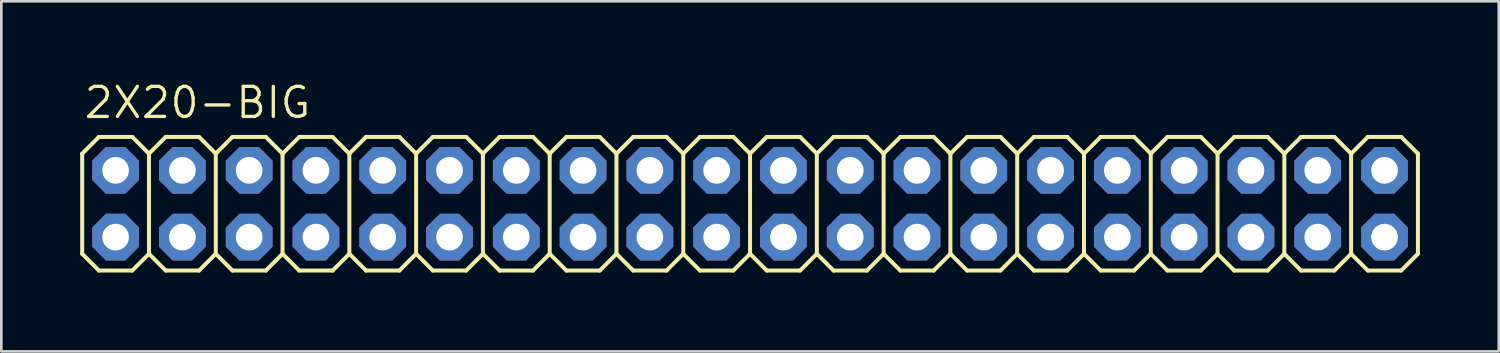
<source format=kicad_pcb>
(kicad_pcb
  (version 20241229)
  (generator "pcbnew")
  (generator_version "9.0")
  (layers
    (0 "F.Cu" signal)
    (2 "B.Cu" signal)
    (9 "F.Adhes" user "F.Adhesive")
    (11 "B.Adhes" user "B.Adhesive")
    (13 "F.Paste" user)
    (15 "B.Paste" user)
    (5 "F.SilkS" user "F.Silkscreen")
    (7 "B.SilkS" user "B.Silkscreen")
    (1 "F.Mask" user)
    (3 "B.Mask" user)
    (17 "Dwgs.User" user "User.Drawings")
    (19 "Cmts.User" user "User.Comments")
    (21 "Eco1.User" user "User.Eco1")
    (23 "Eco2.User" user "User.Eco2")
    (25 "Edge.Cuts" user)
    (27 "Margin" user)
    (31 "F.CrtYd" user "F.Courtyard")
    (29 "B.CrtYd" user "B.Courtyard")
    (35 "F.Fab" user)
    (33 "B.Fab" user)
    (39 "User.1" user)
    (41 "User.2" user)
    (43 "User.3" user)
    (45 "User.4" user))
  (footprint "2X20-BIG"
    (layer "F.Cu")
    (at 25.476 4.699)
    (property "Reference" "2X20-BIG" (at -25.4 -3.175 0) (unlocked yes) (layer "F.SilkS") (effects (font (size 1.143 1.143) (thickness 0.127)) (justify left bottom)))
    (fp_line (start -25.4 -1.905) (end -24.765 -2.54) (stroke (width 0.152) (type solid)) (layer "F.SilkS"))
    (fp_line (start -25.4 1.905) (end -25.4 -1.905) (stroke (width 0.152) (type solid)) (layer "F.SilkS"))
    (fp_line (start -25.4 1.905) (end -24.765 2.54) (stroke (width 0.152) (type solid)) (layer "F.SilkS"))
    (fp_line (start -24.765 -2.54) (end -23.495 -2.54) (stroke (width 0.152) (type solid)) (layer "F.SilkS"))
    (fp_line (start -24.765 2.54) (end -23.495 2.54) (stroke (width 0.152) (type solid)) (layer "F.SilkS"))
    (fp_line (start -23.495 -2.54) (end -22.86 -1.905) (stroke (width 0.152) (type solid)) (layer "F.SilkS"))
    (fp_line (start -23.495 2.54) (end -22.86 1.905) (stroke (width 0.152) (type solid)) (layer "F.SilkS"))
    (fp_line (start -22.86 -1.905) (end -22.86 1.905) (stroke (width 0.152) (type solid)) (layer "F.SilkS"))
    (fp_line (start -22.86 -1.905) (end -22.225 -2.54) (stroke (width 0.152) (type solid)) (layer "F.SilkS"))
    (fp_line (start -22.86 1.905) (end -22.225 2.54) (stroke (width 0.152) (type solid)) (layer "F.SilkS"))
    (fp_line (start -22.225 -2.54) (end -20.955 -2.54) (stroke (width 0.152) (type solid)) (layer "F.SilkS"))
    (fp_line (start -22.225 2.54) (end -20.955 2.54) (stroke (width 0.152) (type solid)) (layer "F.SilkS"))
    (fp_line (start -20.955 -2.54) (end -20.32 -1.905) (stroke (width 0.152) (type solid)) (layer "F.SilkS"))
    (fp_line (start -20.955 2.54) (end -20.32 1.905) (stroke (width 0.152) (type solid)) (layer "F.SilkS"))
    (fp_line (start -20.32 -1.905) (end -20.32 1.905) (stroke (width 0.152) (type solid)) (layer "F.SilkS"))
    (fp_line (start -20.32 -1.905) (end -19.685 -2.54) (stroke (width 0.152) (type solid)) (layer "F.SilkS"))
    (fp_line (start -20.32 1.905) (end -19.685 2.54) (stroke (width 0.152) (type solid)) (layer "F.SilkS"))
    (fp_line (start -19.685 -2.54) (end -18.415 -2.54) (stroke (width 0.152) (type solid)) (layer "F.SilkS"))
    (fp_line (start -19.685 2.54) (end -18.415 2.54) (stroke (width 0.152) (type solid)) (layer "F.SilkS"))
    (fp_line (start -18.415 -2.54) (end -17.78 -1.905) (stroke (width 0.152) (type solid)) (layer "F.SilkS"))
    (fp_line (start -18.415 2.54) (end -17.78 1.905) (stroke (width 0.152) (type solid)) (layer "F.SilkS"))
    (fp_line (start -17.78 -1.905) (end -17.78 1.905) (stroke (width 0.152) (type solid)) (layer "F.SilkS"))
    (fp_line (start -17.78 -1.905) (end -17.145 -2.54) (stroke (width 0.152) (type solid)) (layer "F.SilkS"))
    (fp_line (start -17.78 1.905) (end -17.145 2.54) (stroke (width 0.152) (type solid)) (layer "F.SilkS"))
    (fp_line (start -17.145 -2.54) (end -15.875 -2.54) (stroke (width 0.152) (type solid)) (layer "F.SilkS"))
    (fp_line (start -17.145 2.54) (end -15.875 2.54) (stroke (width 0.152) (type solid)) (layer "F.SilkS"))
    (fp_line (start -15.875 -2.54) (end -15.24 -1.905) (stroke (width 0.152) (type solid)) (layer "F.SilkS"))
    (fp_line (start -15.875 2.54) (end -15.24 1.905) (stroke (width 0.152) (type solid)) (layer "F.SilkS"))
    (fp_line (start -15.24 -1.905) (end -15.24 1.905) (stroke (width 0.152) (type solid)) (layer "F.SilkS"))
    (fp_line (start -15.24 -1.905) (end -14.605 -2.54) (stroke (width 0.152) (type solid)) (layer "F.SilkS"))
    (fp_line (start -15.24 1.905) (end -14.605 2.54) (stroke (width 0.152) (type solid)) (layer "F.SilkS"))
    (fp_line (start -14.605 -2.54) (end -13.335 -2.54) (stroke (width 0.152) (type solid)) (layer "F.SilkS"))
    (fp_line (start -14.605 2.54) (end -13.335 2.54) (stroke (width 0.152) (type solid)) (layer "F.SilkS"))
    (fp_line (start -13.335 -2.54) (end -12.7 -1.905) (stroke (width 0.152) (type solid)) (layer "F.SilkS"))
    (fp_line (start -13.335 2.54) (end -12.7 1.905) (stroke (width 0.152) (type solid)) (layer "F.SilkS"))
    (fp_line (start -12.7 -1.905) (end -12.7 1.905) (stroke (width 0.152) (type solid)) (layer "F.SilkS"))
    (fp_line (start -12.7 -1.905) (end -12.065 -2.54) (stroke (width 0.152) (type solid)) (layer "F.SilkS"))
    (fp_line (start -12.7 1.905) (end -12.065 2.54) (stroke (width 0.152) (type solid)) (layer "F.SilkS"))
    (fp_line (start -12.065 -2.54) (end -10.795 -2.54) (stroke (width 0.152) (type solid)) (layer "F.SilkS"))
    (fp_line (start -12.065 2.54) (end -10.795 2.54) (stroke (width 0.152) (type solid)) (layer "F.SilkS"))
    (fp_line (start -10.795 -2.54) (end -10.16 -1.905) (stroke (width 0.152) (type solid)) (layer "F.SilkS"))
    (fp_line (start -10.795 2.54) (end -10.16 1.905) (stroke (width 0.152) (type solid)) (layer "F.SilkS"))
    (fp_line (start -10.16 -1.905) (end -10.16 1.905) (stroke (width 0.152) (type solid)) (layer "F.SilkS"))
    (fp_line (start -10.16 -1.905) (end -9.525 -2.54) (stroke (width 0.152) (type solid)) (layer "F.SilkS"))
    (fp_line (start -10.16 1.905) (end -9.525 2.54) (stroke (width 0.152) (type solid)) (layer "F.SilkS"))
    (fp_line (start -9.525 -2.54) (end -8.255 -2.54) (stroke (width 0.152) (type solid)) (layer "F.SilkS"))
    (fp_line (start -8.255 -2.54) (end -7.62 -1.905) (stroke (width 0.152) (type solid)) (layer "F.SilkS"))
    (fp_line (start -8.255 2.54) (end -9.525 2.54) (stroke (width 0.152) (type solid)) (layer "F.SilkS"))
    (fp_line (start -7.62 -1.905) (end -7.62 1.905) (stroke (width 0.152) (type solid)) (layer "F.SilkS"))
    (fp_line (start -7.62 -1.905) (end -6.985 -2.54) (stroke (width 0.152) (type solid)) (layer "F.SilkS"))
    (fp_line (start -7.62 1.905) (end -8.255 2.54) (stroke (width 0.152) (type solid)) (layer "F.SilkS"))
    (fp_line (start -7.62 1.905) (end -6.985 2.54) (stroke (width 0.152) (type solid)) (layer "F.SilkS"))
    (fp_line (start -6.985 -2.54) (end -5.715 -2.54) (stroke (width 0.152) (type solid)) (layer "F.SilkS"))
    (fp_line (start -5.715 -2.54) (end -5.08 -1.905) (stroke (width 0.152) (type solid)) (layer "F.SilkS"))
    (fp_line (start -5.715 2.54) (end -6.985 2.54) (stroke (width 0.152) (type solid)) (layer "F.SilkS"))
    (fp_line (start -5.08 -1.905) (end -5.08 1.905) (stroke (width 0.152) (type solid)) (layer "F.SilkS"))
    (fp_line (start -5.08 -1.905) (end -4.445 -2.54) (stroke (width 0.152) (type solid)) (layer "F.SilkS"))
    (fp_line (start -5.08 1.905) (end -5.715 2.54) (stroke (width 0.152) (type solid)) (layer "F.SilkS"))
    (fp_line (start -5.08 1.905) (end -4.445 2.54) (stroke (width 0.152) (type solid)) (layer "F.SilkS"))
    (fp_line (start -4.445 -2.54) (end -3.175 -2.54) (stroke (width 0.152) (type solid)) (layer "F.SilkS"))
    (fp_line (start -3.175 -2.54) (end -2.54 -1.905) (stroke (width 0.152) (type solid)) (layer "F.SilkS"))
    (fp_line (start -3.175 2.54) (end -4.445 2.54) (stroke (width 0.152) (type solid)) (layer "F.SilkS"))
    (fp_line (start -2.54 -1.905) (end -2.54 1.905) (stroke (width 0.152) (type solid)) (layer "F.SilkS"))
    (fp_line (start -2.54 -1.905) (end -1.905 -2.54) (stroke (width 0.152) (type solid)) (layer "F.SilkS"))
    (fp_line (start -2.54 1.905) (end -3.175 2.54) (stroke (width 0.152) (type solid)) (layer "F.SilkS"))
    (fp_line (start -2.54 1.905) (end -1.905 2.54) (stroke (width 0.152) (type solid)) (layer "F.SilkS"))
    (fp_line (start -1.905 -2.54) (end -0.635 -2.54) (stroke (width 0.152) (type solid)) (layer "F.SilkS"))
    (fp_line (start -0.635 -2.54) (end 0 -1.905) (stroke (width 0.152) (type solid)) (layer "F.SilkS"))
    (fp_line (start -0.635 2.54) (end -1.905 2.54) (stroke (width 0.152) (type solid)) (layer "F.SilkS"))
    (fp_line (start 0 -1.905) (end 0 1.905) (stroke (width 0.152) (type solid)) (layer "F.SilkS"))
    (fp_line (start 0 -1.905) (end 0.635 -2.54) (stroke (width 0.152) (type solid)) (layer "F.SilkS"))
    (fp_line (start 0 1.905) (end -0.635 2.54) (stroke (width 0.152) (type solid)) (layer "F.SilkS"))
    (fp_line (start 0 1.905) (end 0.635 2.54) (stroke (width 0.152) (type solid)) (layer "F.SilkS"))
    (fp_line (start 0.635 -2.54) (end 1.905 -2.54) (stroke (width 0.152) (type solid)) (layer "F.SilkS"))
    (fp_line (start 1.905 -2.54) (end 2.54 -1.905) (stroke (width 0.152) (type solid)) (layer "F.SilkS"))
    (fp_line (start 1.905 2.54) (end 0.635 2.54) (stroke (width 0.152) (type solid)) (layer "F.SilkS"))
    (fp_line (start 2.54 -1.905) (end 2.54 1.905) (stroke (width 0.152) (type solid)) (layer "F.SilkS"))
    (fp_line (start 2.54 -1.905) (end 3.175 -2.54) (stroke (width 0.152) (type solid)) (layer "F.SilkS"))
    (fp_line (start 2.54 1.905) (end 1.905 2.54) (stroke (width 0.152) (type solid)) (layer "F.SilkS"))
    (fp_line (start 2.54 1.905) (end 3.175 2.54) (stroke (width 0.152) (type solid)) (layer "F.SilkS"))
    (fp_line (start 3.175 -2.54) (end 4.445 -2.54) (stroke (width 0.152) (type solid)) (layer "F.SilkS"))
    (fp_line (start 4.445 2.54) (end 3.175 2.54) (stroke (width 0.152) (type solid)) (layer "F.SilkS"))
    (fp_line (start 5.08 -1.905) (end 4.445 -2.54) (stroke (width 0.152) (type solid)) (layer "F.SilkS"))
    (fp_line (start 5.08 -1.905) (end 5.08 1.905) (stroke (width 0.152) (type solid)) (layer "F.SilkS"))
    (fp_line (start 5.08 -1.905) (end 5.715 -2.54) (stroke (width 0.152) (type solid)) (layer "F.SilkS"))
    (fp_line (start 5.08 1.905) (end 4.445 2.54) (stroke (width 0.152) (type solid)) (layer "F.SilkS"))
    (fp_line (start 5.08 1.905) (end 5.715 2.54) (stroke (width 0.152) (type solid)) (layer "F.SilkS"))
    (fp_line (start 6.985 -2.54) (end 5.715 -2.54) (stroke (width 0.152) (type solid)) (layer "F.SilkS"))
    (fp_line (start 6.985 -2.54) (end 7.62 -1.905) (stroke (width 0.152) (type solid)) (layer "F.SilkS"))
    (fp_line (start 6.985 2.54) (end 5.715 2.54) (stroke (width 0.152) (type solid)) (layer "F.SilkS"))
    (fp_line (start 7.62 -1.905) (end 7.62 1.905) (stroke (width 0.152) (type solid)) (layer "F.SilkS"))
    (fp_line (start 7.62 -1.905) (end 8.255 -2.54) (stroke (width 0.152) (type solid)) (layer "F.SilkS"))
    (fp_line (start 7.62 1.905) (end 6.985 2.54) (stroke (width 0.152) (type solid)) (layer "F.SilkS"))
    (fp_line (start 7.62 1.905) (end 8.255 2.54) (stroke (width 0.152) (type solid)) (layer "F.SilkS"))
    (fp_line (start 9.525 -2.54) (end 8.255 -2.54) (stroke (width 0.152) (type solid)) (layer "F.SilkS"))
    (fp_line (start 9.525 -2.54) (end 10.16 -1.905) (stroke (width 0.152) (type solid)) (layer "F.SilkS"))
    (fp_line (start 9.525 2.54) (end 8.255 2.54) (stroke (width 0.152) (type solid)) (layer "F.SilkS"))
    (fp_line (start 10.16 -1.905) (end 10.16 1.905) (stroke (width 0.152) (type solid)) (layer "F.SilkS"))
    (fp_line (start 10.16 -1.905) (end 10.795 -2.54) (stroke (width 0.152) (type solid)) (layer "F.SilkS"))
    (fp_line (start 10.16 1.905) (end 9.525 2.54) (stroke (width 0.152) (type solid)) (layer "F.SilkS"))
    (fp_line (start 10.795 2.54) (end 10.16 1.905) (stroke (width 0.152) (type solid)) (layer "F.SilkS"))
    (fp_line (start 10.795 2.54) (end 12.065 2.54) (stroke (width 0.152) (type solid)) (layer "F.SilkS"))
    (fp_line (start 12.065 -2.54) (end 10.795 -2.54) (stroke (width 0.152) (type solid)) (layer "F.SilkS"))
    (fp_line (start 12.065 -2.54) (end 12.7 -1.905) (stroke (width 0.152) (type solid)) (layer "F.SilkS"))
    (fp_line (start 12.7 -1.905) (end 12.7 1.905) (stroke (width 0.152) (type solid)) (layer "F.SilkS"))
    (fp_line (start 12.7 -1.905) (end 13.335 -2.54) (stroke (width 0.152) (type solid)) (layer "F.SilkS"))
    (fp_line (start 12.7 1.905) (end 12.065 2.54) (stroke (width 0.152) (type solid)) (layer "F.SilkS"))
    (fp_line (start 13.335 2.54) (end 12.7 1.905) (stroke (width 0.152) (type solid)) (layer "F.SilkS"))
    (fp_line (start 13.335 2.54) (end 14.605 2.54) (stroke (width 0.152) (type solid)) (layer "F.SilkS"))
    (fp_line (start 14.605 -2.54) (end 13.335 -2.54) (stroke (width 0.152) (type solid)) (layer "F.SilkS"))
    (fp_line (start 14.605 -2.54) (end 15.24 -1.905) (stroke (width 0.152) (type solid)) (layer "F.SilkS"))
    (fp_line (start 15.24 -1.905) (end 15.24 1.905) (stroke (width 0.152) (type solid)) (layer "F.SilkS"))
    (fp_line (start 15.24 -1.905) (end 15.875 -2.54) (stroke (width 0.152) (type solid)) (layer "F.SilkS"))
    (fp_line (start 15.24 1.905) (end 14.605 2.54) (stroke (width 0.152) (type solid)) (layer "F.SilkS"))
    (fp_line (start 15.24 1.905) (end 15.875 2.54) (stroke (width 0.152) (type solid)) (layer "F.SilkS"))
    (fp_line (start 17.145 -2.54) (end 15.875 -2.54) (stroke (width 0.152) (type solid)) (layer "F.SilkS"))
    (fp_line (start 17.145 -2.54) (end 17.78 -1.905) (stroke (width 0.152) (type solid)) (layer "F.SilkS"))
    (fp_line (start 17.145 2.54) (end 15.875 2.54) (stroke (width 0.152) (type solid)) (layer "F.SilkS"))
    (fp_line (start 17.78 -1.905) (end 17.78 1.905) (stroke (width 0.152) (type solid)) (layer "F.SilkS"))
    (fp_line (start 17.78 -1.905) (end 18.415 -2.54) (stroke (width 0.152) (type solid)) (layer "F.SilkS"))
    (fp_line (start 17.78 1.905) (end 17.145 2.54) (stroke (width 0.152) (type solid)) (layer "F.SilkS"))
    (fp_line (start 17.78 1.905) (end 18.415 2.54) (stroke (width 0.152) (type solid)) (layer "F.SilkS"))
    (fp_line (start 19.685 -2.54) (end 18.415 -2.54) (stroke (width 0.152) (type solid)) (layer "F.SilkS"))
    (fp_line (start 19.685 -2.54) (end 20.32 -1.905) (stroke (width 0.152) (type solid)) (layer "F.SilkS"))
    (fp_line (start 19.685 2.54) (end 18.415 2.54) (stroke (width 0.152) (type solid)) (layer "F.SilkS"))
    (fp_line (start 20.32 -1.905) (end 20.32 1.905) (stroke (width 0.152) (type solid)) (layer "F.SilkS"))
    (fp_line (start 20.32 -1.905) (end 20.955 -2.54) (stroke (width 0.152) (type solid)) (layer "F.SilkS"))
    (fp_line (start 20.32 1.905) (end 19.685 2.54) (stroke (width 0.152) (type solid)) (layer "F.SilkS"))
    (fp_line (start 20.32 1.905) (end 20.955 2.54) (stroke (width 0.152) (type solid)) (layer "F.SilkS"))
    (fp_line (start 22.225 -2.54) (end 20.955 -2.54) (stroke (width 0.152) (type solid)) (layer "F.SilkS"))
    (fp_line (start 22.225 -2.54) (end 22.86 -1.905) (stroke (width 0.152) (type solid)) (layer "F.SilkS"))
    (fp_line (start 22.225 2.54) (end 20.955 2.54) (stroke (width 0.152) (type solid)) (layer "F.SilkS"))
    (fp_line (start 22.86 -1.905) (end 22.86 1.905) (stroke (width 0.152) (type solid)) (layer "F.SilkS"))
    (fp_line (start 22.86 -1.905) (end 23.495 -2.54) (stroke (width 0.152) (type solid)) (layer "F.SilkS"))
    (fp_line (start 22.86 1.905) (end 22.225 2.54) (stroke (width 0.152) (type solid)) (layer "F.SilkS"))
    (fp_line (start 22.86 1.905) (end 23.495 2.54) (stroke (width 0.152) (type solid)) (layer "F.SilkS"))
    (fp_line (start 24.765 -2.54) (end 23.495 -2.54) (stroke (width 0.152) (type solid)) (layer "F.SilkS"))
    (fp_line (start 24.765 -2.54) (end 25.4 -1.905) (stroke (width 0.152) (type solid)) (layer "F.SilkS"))
    (fp_line (start 24.765 2.54) (end 23.495 2.54) (stroke (width 0.152) (type solid)) (layer "F.SilkS"))
    (fp_line (start 25.4 -1.905) (end 25.4 1.905) (stroke (width 0.152) (type solid)) (layer "F.SilkS"))
    (fp_line (start 25.4 1.905) (end 24.765 2.54) (stroke (width 0.152) (type solid)) (layer "F.SilkS"))
    (fp_poly (pts (xy -24.384 -1.016) (xy -23.876 -1.016) (xy -23.876 -1.524) (xy -24.384 -1.524)) (stroke (width 0.1) (type default)) (fill no) (layer "F.Fab"))
    (fp_poly (pts (xy -24.384 1.524) (xy -23.876 1.524) (xy -23.876 1.016) (xy -24.384 1.016)) (stroke (width 0.1) (type default)) (fill no) (layer "F.Fab"))
    (fp_poly (pts (xy -21.844 -1.016) (xy -21.336 -1.016) (xy -21.336 -1.524) (xy -21.844 -1.524)) (stroke (width 0.1) (type default)) (fill no) (layer "F.Fab"))
    (fp_poly (pts (xy -21.844 1.524) (xy -21.336 1.524) (xy -21.336 1.016) (xy -21.844 1.016)) (stroke (width 0.1) (type default)) (fill no) (layer "F.Fab"))
    (fp_poly (pts (xy -19.304 -1.016) (xy -18.796 -1.016) (xy -18.796 -1.524) (xy -19.304 -1.524)) (stroke (width 0.1) (type default)) (fill no) (layer "F.Fab"))
    (fp_poly (pts (xy -19.304 1.524) (xy -18.796 1.524) (xy -18.796 1.016) (xy -19.304 1.016)) (stroke (width 0.1) (type default)) (fill no) (layer "F.Fab"))
    (fp_poly (pts (xy -16.764 -1.016) (xy -16.256 -1.016) (xy -16.256 -1.524) (xy -16.764 -1.524)) (stroke (width 0.1) (type default)) (fill no) (layer "F.Fab"))
    (fp_poly (pts (xy -16.764 1.524) (xy -16.256 1.524) (xy -16.256 1.016) (xy -16.764 1.016)) (stroke (width 0.1) (type default)) (fill no) (layer "F.Fab"))
    (fp_poly (pts (xy -14.224 -1.016) (xy -13.716 -1.016) (xy -13.716 -1.524) (xy -14.224 -1.524)) (stroke (width 0.1) (type default)) (fill no) (layer "F.Fab"))
    (fp_poly (pts (xy -14.224 1.524) (xy -13.716 1.524) (xy -13.716 1.016) (xy -14.224 1.016)) (stroke (width 0.1) (type default)) (fill no) (layer "F.Fab"))
    (fp_poly (pts (xy -11.684 -1.016) (xy -11.176 -1.016) (xy -11.176 -1.524) (xy -11.684 -1.524)) (stroke (width 0.1) (type default)) (fill no) (layer "F.Fab"))
    (fp_poly (pts (xy -11.684 1.524) (xy -11.176 1.524) (xy -11.176 1.016) (xy -11.684 1.016)) (stroke (width 0.1) (type default)) (fill no) (layer "F.Fab"))
    (fp_poly (pts (xy -9.144 -1.016) (xy -8.636 -1.016) (xy -8.636 -1.524) (xy -9.144 -1.524)) (stroke (width 0.1) (type default)) (fill no) (layer "F.Fab"))
    (fp_poly (pts (xy -9.144 1.524) (xy -8.636 1.524) (xy -8.636 1.016) (xy -9.144 1.016)) (stroke (width 0.1) (type default)) (fill no) (layer "F.Fab"))
    (fp_poly (pts (xy -6.604 -1.016) (xy -6.096 -1.016) (xy -6.096 -1.524) (xy -6.604 -1.524)) (stroke (width 0.1) (type default)) (fill no) (layer "F.Fab"))
    (fp_poly (pts (xy -6.604 1.524) (xy -6.096 1.524) (xy -6.096 1.016) (xy -6.604 1.016)) (stroke (width 0.1) (type default)) (fill no) (layer "F.Fab"))
    (fp_poly (pts (xy -4.064 -1.016) (xy -3.556 -1.016) (xy -3.556 -1.524) (xy -4.064 -1.524)) (stroke (width 0.1) (type default)) (fill no) (layer "F.Fab"))
    (fp_poly (pts (xy -4.064 1.524) (xy -3.556 1.524) (xy -3.556 1.016) (xy -4.064 1.016)) (stroke (width 0.1) (type default)) (fill no) (layer "F.Fab"))
    (fp_poly (pts (xy -1.524 -1.016) (xy -1.016 -1.016) (xy -1.016 -1.524) (xy -1.524 -1.524)) (stroke (width 0.1) (type default)) (fill no) (layer "F.Fab"))
    (fp_poly (pts (xy -1.524 1.524) (xy -1.016 1.524) (xy -1.016 1.016) (xy -1.524 1.016)) (stroke (width 0.1) (type default)) (fill no) (layer "F.Fab"))
    (fp_poly (pts (xy 1.016 -1.016) (xy 1.524 -1.016) (xy 1.524 -1.524) (xy 1.016 -1.524)) (stroke (width 0.1) (type default)) (fill no) (layer "F.Fab"))
    (fp_poly (pts (xy 1.016 1.524) (xy 1.524 1.524) (xy 1.524 1.016) (xy 1.016 1.016)) (stroke (width 0.1) (type default)) (fill no) (layer "F.Fab"))
    (fp_poly (pts (xy 3.556 -1.016) (xy 4.064 -1.016) (xy 4.064 -1.524) (xy 3.556 -1.524)) (stroke (width 0.1) (type default)) (fill no) (layer "F.Fab"))
    (fp_poly (pts (xy 3.556 1.524) (xy 4.064 1.524) (xy 4.064 1.016) (xy 3.556 1.016)) (stroke (width 0.1) (type default)) (fill no) (layer "F.Fab"))
    (fp_poly (pts (xy 6.096 -1.016) (xy 6.604 -1.016) (xy 6.604 -1.524) (xy 6.096 -1.524)) (stroke (width 0.1) (type default)) (fill no) (layer "F.Fab"))
    (fp_poly (pts (xy 6.096 1.524) (xy 6.604 1.524) (xy 6.604 1.016) (xy 6.096 1.016)) (stroke (width 0.1) (type default)) (fill no) (layer "F.Fab"))
    (fp_poly (pts (xy 8.636 -1.016) (xy 9.144 -1.016) (xy 9.144 -1.524) (xy 8.636 -1.524)) (stroke (width 0.1) (type default)) (fill no) (layer "F.Fab"))
    (fp_poly (pts (xy 8.636 1.524) (xy 9.144 1.524) (xy 9.144 1.016) (xy 8.636 1.016)) (stroke (width 0.1) (type default)) (fill no) (layer "F.Fab"))
    (fp_poly (pts (xy 11.176 -1.016) (xy 11.684 -1.016) (xy 11.684 -1.524) (xy 11.176 -1.524)) (stroke (width 0.1) (type default)) (fill no) (layer "F.Fab"))
    (fp_poly (pts (xy 11.176 1.524) (xy 11.684 1.524) (xy 11.684 1.016) (xy 11.176 1.016)) (stroke (width 0.1) (type default)) (fill no) (layer "F.Fab"))
    (fp_poly (pts (xy 13.716 -1.016) (xy 14.224 -1.016) (xy 14.224 -1.524) (xy 13.716 -1.524)) (stroke (width 0.1) (type default)) (fill no) (layer "F.Fab"))
    (fp_poly (pts (xy 13.716 1.524) (xy 14.224 1.524) (xy 14.224 1.016) (xy 13.716 1.016)) (stroke (width 0.1) (type default)) (fill no) (layer "F.Fab"))
    (fp_poly (pts (xy 16.256 -1.016) (xy 16.764 -1.016) (xy 16.764 -1.524) (xy 16.256 -1.524)) (stroke (width 0.1) (type default)) (fill no) (layer "F.Fab"))
    (fp_poly (pts (xy 16.256 1.524) (xy 16.764 1.524) (xy 16.764 1.016) (xy 16.256 1.016)) (stroke (width 0.1) (type default)) (fill no) (layer "F.Fab"))
    (fp_poly (pts (xy 18.796 -1.016) (xy 19.304 -1.016) (xy 19.304 -1.524) (xy 18.796 -1.524)) (stroke (width 0.1) (type default)) (fill no) (layer "F.Fab"))
    (fp_poly (pts (xy 18.796 1.524) (xy 19.304 1.524) (xy 19.304 1.016) (xy 18.796 1.016)) (stroke (width 0.1) (type default)) (fill no) (layer "F.Fab"))
    (fp_poly (pts (xy 21.336 -1.016) (xy 21.844 -1.016) (xy 21.844 -1.524) (xy 21.336 -1.524)) (stroke (width 0.1) (type default)) (fill no) (layer "F.Fab"))
    (fp_poly (pts (xy 21.336 1.524) (xy 21.844 1.524) (xy 21.844 1.016) (xy 21.336 1.016)) (stroke (width 0.1) (type default)) (fill no) (layer "F.Fab"))
    (fp_poly (pts (xy 23.876 -1.016) (xy 24.384 -1.016) (xy 24.384 -1.524) (xy 23.876 -1.524)) (stroke (width 0.1) (type default)) (fill no) (layer "F.Fab"))
    (fp_poly (pts (xy 23.876 1.524) (xy 24.384 1.524) (xy 24.384 1.016) (xy 23.876 1.016)) (stroke (width 0.1) (type default)) (fill no) (layer "F.Fab"))
    (pad "1" thru_hole roundrect (at -24.13 1.27) (size 1.778 1.778) (drill 1.016) (layers "*.Cu" "*.Mask") (roundrect_rratio 0.25) (chamfer_ratio 0.293) (chamfer top_left top_right bottom_left bottom_right))
    (pad "2" thru_hole roundrect (at -24.13 -1.27) (size 1.778 1.778) (drill 1.016) (layers "*.Cu" "*.Mask") (roundrect_rratio 0.25) (chamfer_ratio 0.293) (chamfer top_left top_right bottom_left bottom_right))
    (pad "3" thru_hole roundrect (at -21.59 1.27) (size 1.778 1.778) (drill 1.016) (layers "*.Cu" "*.Mask") (roundrect_rratio 0.25) (chamfer_ratio 0.293) (chamfer top_left top_right bottom_left bottom_right))
    (pad "4" thru_hole roundrect (at -21.59 -1.27) (size 1.778 1.778) (drill 1.016) (layers "*.Cu" "*.Mask") (roundrect_rratio 0.25) (chamfer_ratio 0.293) (chamfer top_left top_right bottom_left bottom_right))
    (pad "5" thru_hole roundrect (at -19.05 1.27) (size 1.778 1.778) (drill 1.016) (layers "*.Cu" "*.Mask") (roundrect_rratio 0.25) (chamfer_ratio 0.293) (chamfer top_left top_right bottom_left bottom_right))
    (pad "6" thru_hole roundrect (at -19.05 -1.27) (size 1.778 1.778) (drill 1.016) (layers "*.Cu" "*.Mask") (roundrect_rratio 0.25) (chamfer_ratio 0.293) (chamfer top_left top_right bottom_left bottom_right))
    (pad "7" thru_hole roundrect (at -16.51 1.27) (size 1.778 1.778) (drill 1.016) (layers "*.Cu" "*.Mask") (roundrect_rratio 0.25) (chamfer_ratio 0.293) (chamfer top_left top_right bottom_left bottom_right))
    (pad "8" thru_hole roundrect (at -16.51 -1.27) (size 1.778 1.778) (drill 1.016) (layers "*.Cu" "*.Mask") (roundrect_rratio 0.25) (chamfer_ratio 0.293) (chamfer top_left top_right bottom_left bottom_right))
    (pad "9" thru_hole roundrect (at -13.97 1.27) (size 1.778 1.778) (drill 1.016) (layers "*.Cu" "*.Mask") (roundrect_rratio 0.25) (chamfer_ratio 0.293) (chamfer top_left top_right bottom_left bottom_right))
    (pad "10" thru_hole roundrect (at -13.97 -1.27) (size 1.778 1.778) (drill 1.016) (layers "*.Cu" "*.Mask") (roundrect_rratio 0.25) (chamfer_ratio 0.293) (chamfer top_left top_right bottom_left bottom_right))
    (pad "11" thru_hole roundrect (at -11.43 1.27) (size 1.778 1.778) (drill 1.016) (layers "*.Cu" "*.Mask") (roundrect_rratio 0.25) (chamfer_ratio 0.293) (chamfer top_left top_right bottom_left bottom_right))
    (pad "12" thru_hole roundrect (at -11.43 -1.27) (size 1.778 1.778) (drill 1.016) (layers "*.Cu" "*.Mask") (roundrect_rratio 0.25) (chamfer_ratio 0.293) (chamfer top_left top_right bottom_left bottom_right))
    (pad "13" thru_hole roundrect (at -8.89 1.27) (size 1.778 1.778) (drill 1.016) (layers "*.Cu" "*.Mask") (roundrect_rratio 0.25) (chamfer_ratio 0.293) (chamfer top_left top_right bottom_left bottom_right))
    (pad "14" thru_hole roundrect (at -8.89 -1.27) (size 1.778 1.778) (drill 1.016) (layers "*.Cu" "*.Mask") (roundrect_rratio 0.25) (chamfer_ratio 0.293) (chamfer top_left top_right bottom_left bottom_right))
    (pad "15" thru_hole roundrect (at -6.35 1.27) (size 1.778 1.778) (drill 1.016) (layers "*.Cu" "*.Mask") (roundrect_rratio 0.25) (chamfer_ratio 0.293) (chamfer top_left top_right bottom_left bottom_right))
    (pad "16" thru_hole roundrect (at -6.35 -1.27) (size 1.778 1.778) (drill 1.016) (layers "*.Cu" "*.Mask") (roundrect_rratio 0.25) (chamfer_ratio 0.293) (chamfer top_left top_right bottom_left bottom_right))
    (pad "17" thru_hole roundrect (at -3.81 1.27) (size 1.778 1.778) (drill 1.016) (layers "*.Cu" "*.Mask") (roundrect_rratio 0.25) (chamfer_ratio 0.293) (chamfer top_left top_right bottom_left bottom_right))
    (pad "18" thru_hole roundrect (at -3.81 -1.27) (size 1.778 1.778) (drill 1.016) (layers "*.Cu" "*.Mask") (roundrect_rratio 0.25) (chamfer_ratio 0.293) (chamfer top_left top_right bottom_left bottom_right))
    (pad "19" thru_hole roundrect (at -1.27 1.27) (size 1.778 1.778) (drill 1.016) (layers "*.Cu" "*.Mask") (roundrect_rratio 0.25) (chamfer_ratio 0.293) (chamfer top_left top_right bottom_left bottom_right))
    (pad "20" thru_hole roundrect (at -1.27 -1.27) (size 1.778 1.778) (drill 1.016) (layers "*.Cu" "*.Mask") (roundrect_rratio 0.25) (chamfer_ratio 0.293) (chamfer top_left top_right bottom_left bottom_right))
    (pad "21" thru_hole roundrect (at 1.27 1.27) (size 1.778 1.778) (drill 1.016) (layers "*.Cu" "*.Mask") (roundrect_rratio 0.25) (chamfer_ratio 0.293) (chamfer top_left top_right bottom_left bottom_right))
    (pad "22" thru_hole roundrect (at 1.27 -1.27) (size 1.778 1.778) (drill 1.016) (layers "*.Cu" "*.Mask") (roundrect_rratio 0.25) (chamfer_ratio 0.293) (chamfer top_left top_right bottom_left bottom_right))
    (pad "23" thru_hole roundrect (at 3.81 1.27) (size 1.778 1.778) (drill 1.016) (layers "*.Cu" "*.Mask") (roundrect_rratio 0.25) (chamfer_ratio 0.293) (chamfer top_left top_right bottom_left bottom_right))
    (pad "24" thru_hole roundrect (at 3.81 -1.27) (size 1.778 1.778) (drill 1.016) (layers "*.Cu" "*.Mask") (roundrect_rratio 0.25) (chamfer_ratio 0.293) (chamfer top_left top_right bottom_left bottom_right))
    (pad "25" thru_hole roundrect (at 6.35 1.27) (size 1.778 1.778) (drill 1.016) (layers "*.Cu" "*.Mask") (roundrect_rratio 0.25) (chamfer_ratio 0.293) (chamfer top_left top_right bottom_left bottom_right))
    (pad "26" thru_hole roundrect (at 6.35 -1.27) (size 1.778 1.778) (drill 1.016) (layers "*.Cu" "*.Mask") (roundrect_rratio 0.25) (chamfer_ratio 0.293) (chamfer top_left top_right bottom_left bottom_right))
    (pad "27" thru_hole roundrect (at 8.89 1.27) (size 1.778 1.778) (drill 1.016) (layers "*.Cu" "*.Mask") (roundrect_rratio 0.25) (chamfer_ratio 0.293) (chamfer top_left top_right bottom_left bottom_right))
    (pad "28" thru_hole roundrect (at 8.89 -1.27) (size 1.778 1.778) (drill 1.016) (layers "*.Cu" "*.Mask") (roundrect_rratio 0.25) (chamfer_ratio 0.293) (chamfer top_left top_right bottom_left bottom_right))
    (pad "29" thru_hole roundrect (at 11.43 1.27) (size 1.778 1.778) (drill 1.016) (layers "*.Cu" "*.Mask") (roundrect_rratio 0.25) (chamfer_ratio 0.293) (chamfer top_left top_right bottom_left bottom_right))
    (pad "30" thru_hole roundrect (at 11.43 -1.27) (size 1.778 1.778) (drill 1.016) (layers "*.Cu" "*.Mask") (roundrect_rratio 0.25) (chamfer_ratio 0.293) (chamfer top_left top_right bottom_left bottom_right))
    (pad "31" thru_hole roundrect (at 13.97 1.27) (size 1.778 1.778) (drill 1.016) (layers "*.Cu" "*.Mask") (roundrect_rratio 0.25) (chamfer_ratio 0.293) (chamfer top_left top_right bottom_left bottom_right))
    (pad "32" thru_hole roundrect (at 13.97 -1.27) (size 1.778 1.778) (drill 1.016) (layers "*.Cu" "*.Mask") (roundrect_rratio 0.25) (chamfer_ratio 0.293) (chamfer top_left top_right bottom_left bottom_right))
    (pad "33" thru_hole roundrect (at 16.51 1.27) (size 1.778 1.778) (drill 1.016) (layers "*.Cu" "*.Mask") (roundrect_rratio 0.25) (chamfer_ratio 0.293) (chamfer top_left top_right bottom_left bottom_right))
    (pad "34" thru_hole roundrect (at 16.51 -1.27) (size 1.778 1.778) (drill 1.016) (layers "*.Cu" "*.Mask") (roundrect_rratio 0.25) (chamfer_ratio 0.293) (chamfer top_left top_right bottom_left bottom_right))
    (pad "35" thru_hole roundrect (at 19.05 1.27) (size 1.778 1.778) (drill 1.016) (layers "*.Cu" "*.Mask") (roundrect_rratio 0.25) (chamfer_ratio 0.293) (chamfer top_left top_right bottom_left bottom_right))
    (pad "36" thru_hole roundrect (at 19.05 -1.27) (size 1.778 1.778) (drill 1.016) (layers "*.Cu" "*.Mask") (roundrect_rratio 0.25) (chamfer_ratio 0.293) (chamfer top_left top_right bottom_left bottom_right))
    (pad "37" thru_hole roundrect (at 21.59 1.27) (size 1.778 1.778) (drill 1.016) (layers "*.Cu" "*.Mask") (roundrect_rratio 0.25) (chamfer_ratio 0.293) (chamfer top_left top_right bottom_left bottom_right))
    (pad "38" thru_hole roundrect (at 21.59 -1.27) (size 1.778 1.778) (drill 1.016) (layers "*.Cu" "*.Mask") (roundrect_rratio 0.25) (chamfer_ratio 0.293) (chamfer top_left top_right bottom_left bottom_right))
    (pad "39" thru_hole roundrect (at 24.13 1.27) (size 1.778 1.778) (drill 1.016) (layers "*.Cu" "*.Mask") (roundrect_rratio 0.25) (chamfer_ratio 0.293) (chamfer top_left top_right bottom_left bottom_right))
    (pad "40" thru_hole roundrect (at 24.13 -1.27) (size 1.778 1.778) (drill 1.016) (layers "*.Cu" "*.Mask") (roundrect_rratio 0.25) (chamfer_ratio 0.293) (chamfer top_left top_right bottom_left bottom_right)))
  (gr_rect
    (start -3 -3)
    (end 53.952 10.315)
    (stroke (width 0.1) (type default))
    (fill no)
    (layer "Edge.Cuts")))
</source>
